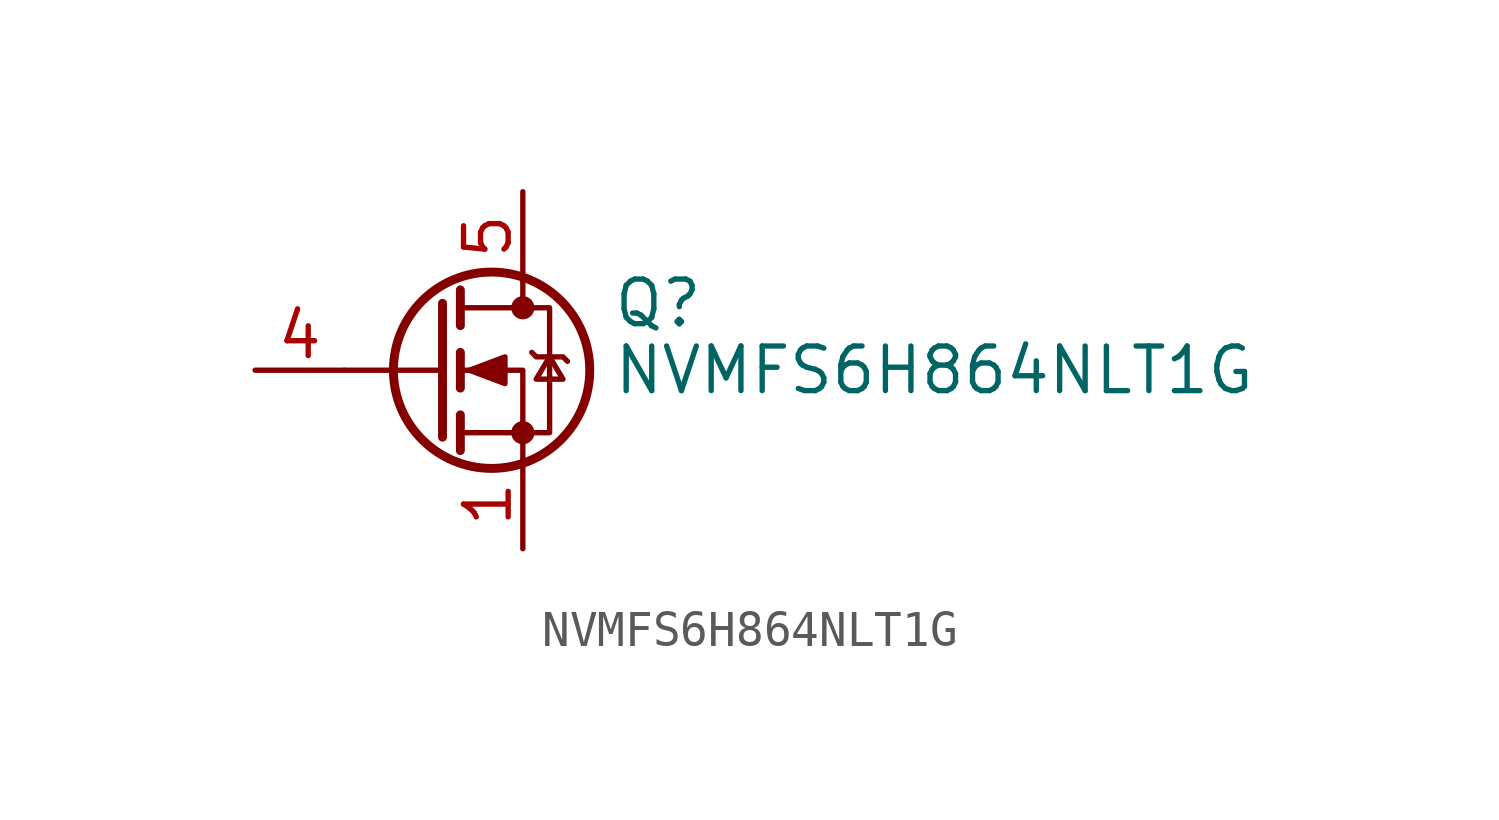
<source format=kicad_sym>
(kicad_symbol_lib
  (version 20220914)
  (generator kicad_symbol_editor)
  (symbol "NVMFS6H864NLT1G"
    (pin_names hide)
    (property "Reference" "Q"
      (at 5.08 1.905 0)
      (effects (font (size 1.27 1.27)) (justify left)))
    (property "Value" "NVMFS6H864NLT1G"
      (at 5.08 0 0)
      (effects (font (size 1.27 1.27)) (justify left)))
    (symbol "NVMFS6H864NLT1G_0_1"
      (polyline (pts (xy 0.254 0) (xy -2.54 0)) (stroke (width 0) (type default)) (fill (type none)))
      (polyline (pts (xy 0.254 1.905) (xy 0.254 -1.905)) (stroke (width 0.254) (type default)) (fill (type none)))
      (polyline (pts (xy 0.762 -1.27) (xy 0.762 -2.286)) (stroke (width 0.254) (type default)) (fill (type none)))
      (polyline (pts (xy 0.762 0.508) (xy 0.762 -0.508)) (stroke (width 0.254) (type default)) (fill (type none)))
      (polyline (pts (xy 0.762 2.286) (xy 0.762 1.27)) (stroke (width 0.254) (type default)) (fill (type none)))
      (polyline (pts (xy 2.54 2.54) (xy 2.54 1.778)) (stroke (width 0) (type default)) (fill (type none)))
      (polyline (pts (xy 2.54 -2.54) (xy 2.54 0) (xy 0.762 0)) (stroke (width 0) (type default)) (fill (type none)))
      (polyline (pts (xy 0.762 -1.778) (xy 3.302 -1.778) (xy 3.302 1.778) (xy 0.762 1.778)) (stroke (width 0) (type default)) (fill (type none)))
      (polyline (pts (xy 1.016 0) (xy 2.032 0.381) (xy 2.032 -0.381) (xy 1.016 0)) (stroke (width 0) (type default)) (fill (type outline)))
      (polyline (pts (xy 2.794 0.508) (xy 2.921 0.381) (xy 3.683 0.381) (xy 3.81 0.254)) (stroke (width 0) (type default)) (fill (type none)))
      (polyline (pts (xy 3.302 0.381) (xy 2.921 -0.254) (xy 3.683 -0.254) (xy 3.302 0.381)) (stroke (width 0) (type default)) (fill (type none)))
      (circle (center 1.651 0) (radius 2.794) (stroke (width 0.254) (type default)) (fill (type none)))
      (circle (center 2.54 -1.778) (radius 0.254) (stroke (width 0) (type default)) (fill (type outline)))
      (circle (center 2.54 1.778) (radius 0.254) (stroke (width 0) (type default)) (fill (type outline))))
    (symbol "NVMFS6H864NLT1G_1_1"
      (pin passive line (at 2.54 -5.08 90) (length 2.54) (name "S" (effects (font (size 1.27 1.27)))) (number "1" (effects (font (size 1.27 1.27)))))
      (pin passive line (at 2.54 -5.08 90) (length 2.54) hide (name "S" (effects (font (size 1.27 1.27)))) (number "2" (effects (font (size 1.27 1.27)))))
      (pin passive line (at 2.54 -5.08 90) (length 2.54) hide (name "S" (effects (font (size 1.27 1.27)))) (number "3" (effects (font (size 1.27 1.27)))))
      (pin input line (at -5.08 0 0) (length 2.54) (name "G" (effects (font (size 1.27 1.27)))) (number "4" (effects (font (size 1.27 1.27)))))
      (pin passive line (at 2.54 5.08 270) (length 2.54) (name "D" (effects (font (size 1.27 1.27)))) (number "5" (effects (font (size 1.27 1.27))))))))
</source>
